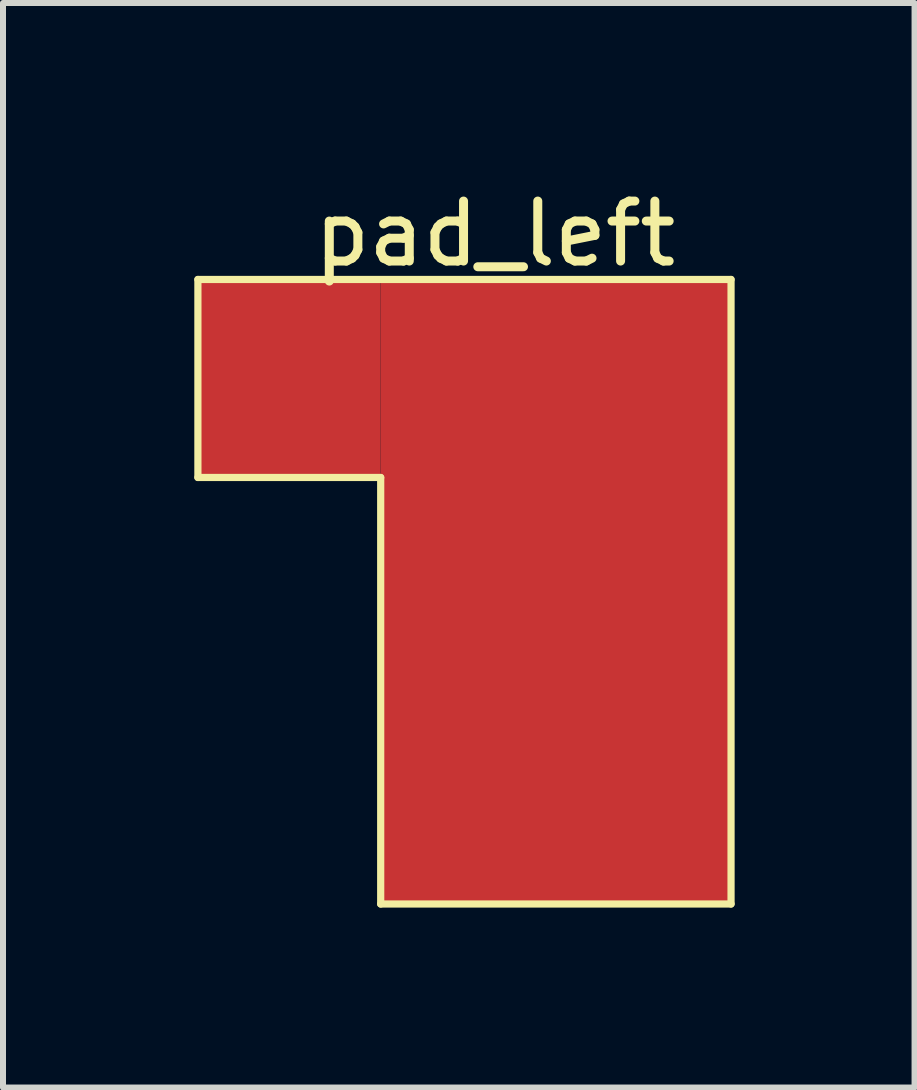
<source format=kicad_pcb>
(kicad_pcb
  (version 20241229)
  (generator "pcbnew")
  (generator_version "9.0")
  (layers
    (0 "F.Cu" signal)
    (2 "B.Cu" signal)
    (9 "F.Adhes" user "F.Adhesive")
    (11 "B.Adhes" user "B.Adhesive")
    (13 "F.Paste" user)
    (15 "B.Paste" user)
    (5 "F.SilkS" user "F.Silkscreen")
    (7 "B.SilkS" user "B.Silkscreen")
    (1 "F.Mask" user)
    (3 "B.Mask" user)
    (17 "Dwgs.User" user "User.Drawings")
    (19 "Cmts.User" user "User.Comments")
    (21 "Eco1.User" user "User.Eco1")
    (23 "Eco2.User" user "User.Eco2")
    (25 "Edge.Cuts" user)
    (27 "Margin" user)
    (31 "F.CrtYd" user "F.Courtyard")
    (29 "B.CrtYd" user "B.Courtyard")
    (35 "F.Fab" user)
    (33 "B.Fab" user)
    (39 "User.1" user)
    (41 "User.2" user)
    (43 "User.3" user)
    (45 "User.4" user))
  (footprint "pad_left"
    (layer "F.Cu")
    (at 0.25 1.61)
    (property "Reference" "pad_left" (at 4.953 -0.762 0) (layer "F.SilkS") (effects (font (size 1 1) (thickness 0.15))))
    (attr through_hole)
    (fp_line (start 0 0) (end 0 3.302) (stroke (width 0.12) (type solid)) (layer "F.SilkS"))
    (fp_line (start 0 3.302) (end 3.048 3.302) (stroke (width 0.12) (type solid)) (layer "F.SilkS"))
    (fp_line (start 3.048 3.302) (end 3.048 10.414) (stroke (width 0.12) (type solid)) (layer "F.SilkS"))
    (fp_line (start 3.048 10.414) (end 8.89 10.414) (stroke (width 0.12) (type solid)) (layer "F.SilkS"))
    (fp_line (start 8.89 0) (end 0 0) (stroke (width 0.12) (type solid)) (layer "F.SilkS"))
    (fp_line (start 8.89 10.414) (end 8.89 0) (stroke (width 0.12) (type solid)) (layer "F.SilkS"))
    (pad "1" smd custom (at 1.524 1.651) (size 3.048 3.302) (layers "F.Cu" "F.Mask" "F.Paste") (options (anchor rect)) (primitives))
    (pad "1" smd custom (at 5.969 5.207) (size 5.84 10.41) (layers "F.Cu" "F.Mask" "F.Paste") (options (anchor rect)) (primitives)))
  (gr_rect
    (start -3 -3)
    (end 12.2 15.084)
    (stroke (width 0.1) (type default))
    (fill no)
    (layer "Edge.Cuts")))
</source>
